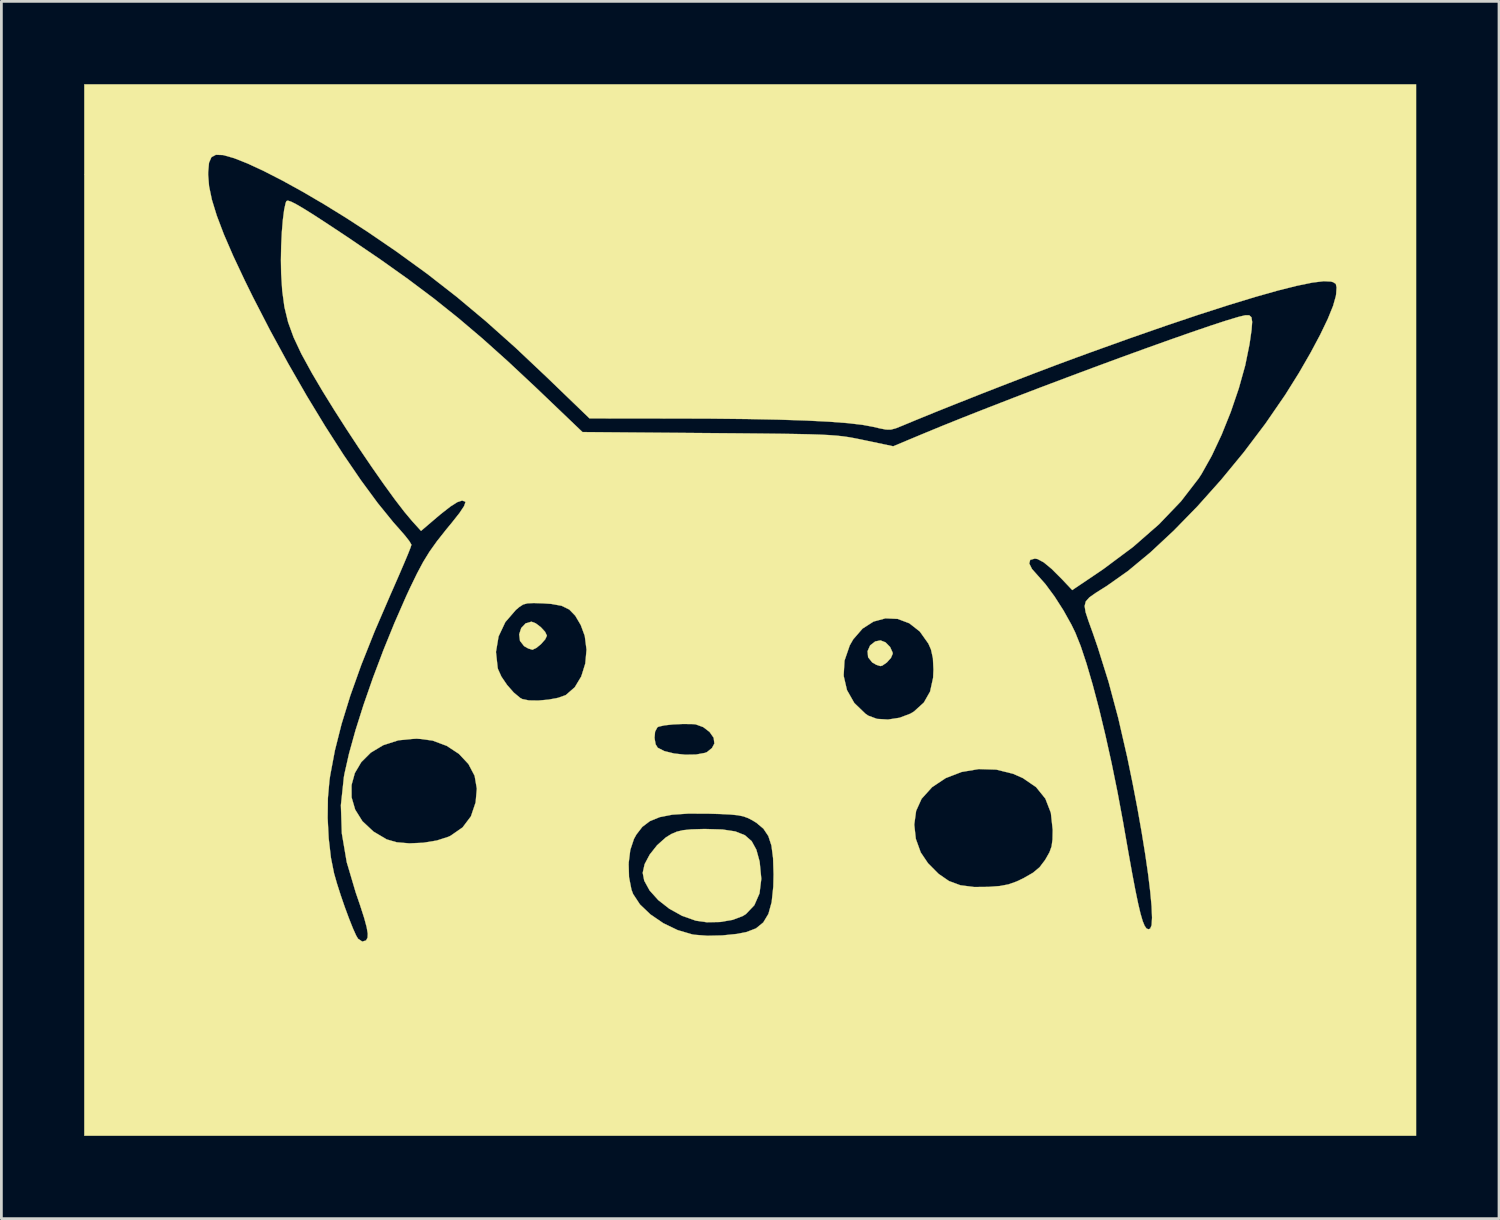
<source format=kicad_pcb>
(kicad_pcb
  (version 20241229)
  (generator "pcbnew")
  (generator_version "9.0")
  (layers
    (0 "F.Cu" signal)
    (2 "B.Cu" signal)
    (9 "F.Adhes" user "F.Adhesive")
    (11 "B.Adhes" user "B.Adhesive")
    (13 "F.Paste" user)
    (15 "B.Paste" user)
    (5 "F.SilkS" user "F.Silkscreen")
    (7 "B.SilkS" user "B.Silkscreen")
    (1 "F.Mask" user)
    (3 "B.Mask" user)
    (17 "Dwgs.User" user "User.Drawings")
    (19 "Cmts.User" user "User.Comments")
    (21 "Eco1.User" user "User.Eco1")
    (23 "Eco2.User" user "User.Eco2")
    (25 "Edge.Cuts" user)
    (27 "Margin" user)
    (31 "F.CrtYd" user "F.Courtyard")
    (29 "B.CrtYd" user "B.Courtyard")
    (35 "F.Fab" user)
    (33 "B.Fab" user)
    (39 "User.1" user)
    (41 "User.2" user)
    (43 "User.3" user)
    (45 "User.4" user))
  (footprint "pika"
    (layer "F.Cu")
    (at 24.135 19.055)
    (property "Reference" "pika" (at 0 0 0) (layer "F.SilkS") (effects (font (size 1.524 1.524) (thickness 0.3))))
    (attr through_hole)
    (fp_poly (pts (xy 4.902 1.171) (xy 5.069 1.339) (xy 5.16 1.539) (xy 5.165 1.585) (xy 5.101 1.734) (xy 4.954 1.899) (xy 4.789 2.014) (xy 4.718 2.032) (xy 4.571 1.986) (xy 4.422 1.9) (xy 4.273 1.713) (xy 4.253 1.492) (xy 4.345 1.284) (xy 4.531 1.139) (xy 4.722 1.101) (xy 4.902 1.171)) (stroke (width 0.01) (type solid)) (fill yes) (layer "F.SilkS"))
    (fp_poly (pts (xy -7.772 0.482) (xy -7.588 0.621) (xy -7.433 0.789) (xy -7.366 0.93) (xy -7.366 0.931) (xy -7.428 1.063) (xy -7.574 1.229) (xy -7.747 1.373) (xy -7.888 1.439) (xy -7.894 1.439) (xy -8.043 1.394) (xy -8.194 1.308) (xy -8.342 1.118) (xy -8.371 0.882) (xy -8.297 0.653) (xy -8.136 0.483) (xy -7.927 0.423) (xy -7.772 0.482)) (stroke (width 0.01) (type solid)) (fill yes) (layer "F.SilkS"))
    (fp_poly (pts (xy -1.006 7.953) (xy -0.538 8.024) (xy -0.192 8.161) (xy 0.055 8.378) (xy 0.224 8.687) (xy 0.338 9.102) (xy 0.343 9.126) (xy 0.403 9.74) (xy 0.338 10.268) (xy 0.151 10.697) (xy -0.153 11.016) (xy -0.266 11.088) (xy -0.634 11.228) (xy -1.093 11.306) (xy -1.572 11.315) (xy -1.97 11.258) (xy -2.469 11.082) (xy -2.933 10.824) (xy -3.334 10.51) (xy -3.645 10.163) (xy -3.84 9.808) (xy -3.895 9.524) (xy -3.826 9.21) (xy -3.641 8.862) (xy -3.373 8.523) (xy -3.057 8.241) (xy -2.855 8.116) (xy -2.658 8.032) (xy -2.434 7.979) (xy -2.138 7.949) (xy -1.728 7.937) (xy -1.616 7.936) (xy -1.006 7.953)) (stroke (width 0.01) (type solid)) (fill yes) (layer "F.SilkS"))
    (fp_poly (pts (xy 24.13 19.05) (xy -24.13 19.05) (xy -24.13 -15.772) (xy -19.643 -15.772) (xy -19.609 -15.356) (xy -19.507 -14.866) (xy -19.33 -14.291) (xy -19.075 -13.619) (xy -18.737 -12.837) (xy -18.312 -11.934) (xy -18.022 -11.345) (xy -17.394 -10.127) (xy -16.74 -8.927) (xy -16.072 -7.765) (xy -15.401 -6.66) (xy -14.74 -5.63) (xy -14.1 -4.694) (xy -13.494 -3.871) (xy -12.932 -3.179) (xy -12.722 -2.943) (xy -12.511 -2.7) (xy -12.353 -2.498) (xy -12.279 -2.373) (xy -12.277 -2.361) (xy -12.31 -2.258) (xy -12.402 -2.025) (xy -12.545 -1.685) (xy -12.727 -1.261) (xy -12.938 -0.778) (xy -13.034 -0.561) (xy -13.611 0.777) (xy -14.095 1.993) (xy -14.492 3.106) (xy -14.808 4.131) (xy -15.049 5.086) (xy -15.219 5.989) (xy -15.246 6.17) (xy -15.303 6.813) (xy -15.312 7.537) (xy -15.274 8.279) (xy -15.193 8.978) (xy -15.081 9.538) (xy -14.976 9.907) (xy -14.842 10.327) (xy -14.692 10.762) (xy -14.539 11.176) (xy -14.398 11.531) (xy -14.281 11.792) (xy -14.21 11.913) (xy -14.056 12.015) (xy -13.92 11.974) (xy -13.865 11.871) (xy -13.859 11.725) (xy -13.898 11.493) (xy -13.989 11.156) (xy -14.137 10.696) (xy -14.294 10.239) (xy -14.608 9.178) (xy -4.405 9.178) (xy -4.391 9.68) (xy -4.303 10.132) (xy -4.243 10.292) (xy -3.994 10.67) (xy -3.615 11.031) (xy -3.147 11.35) (xy -2.628 11.6) (xy -2.099 11.755) (xy -2.013 11.769) (xy -1.551 11.804) (xy -1.012 11.792) (xy -0.483 11.738) (xy -0.138 11.671) (xy 0.21 11.537) (xy 0.473 11.323) (xy 0.66 11.012) (xy 0.778 10.586) (xy 0.837 10.026) (xy 0.847 9.583) (xy 0.829 8.99) (xy 0.77 8.535) (xy 0.657 8.19) (xy 0.48 7.925) (xy 0.303 7.776) (xy 5.945 7.776) (xy 6.002 8.292) (xy 6.18 8.785) (xy 6.445 9.178) (xy 6.826 9.561) (xy 7.203 9.821) (xy 7.619 9.975) (xy 8.116 10.038) (xy 8.636 10.033) (xy 9.044 10.002) (xy 9.357 9.943) (xy 9.648 9.84) (xy 9.903 9.719) (xy 10.246 9.522) (xy 10.486 9.322) (xy 10.681 9.065) (xy 10.707 9.023) (xy 10.844 8.782) (xy 10.921 8.568) (xy 10.955 8.318) (xy 10.962 7.965) (xy 10.895 7.348) (xy 10.696 6.835) (xy 10.36 6.419) (xy 9.882 6.091) (xy 9.529 5.935) (xy 8.915 5.783) (xy 8.281 5.764) (xy 7.661 5.869) (xy 7.087 6.09) (xy 6.593 6.418) (xy 6.211 6.841) (xy 6.013 7.278) (xy 5.945 7.776) (xy 0.303 7.776) (xy 0.227 7.712) (xy 0.079 7.621) (xy -0.084 7.538) (xy -0.247 7.478) (xy -0.445 7.438) (xy -0.712 7.411) (xy -1.083 7.393) (xy -1.525 7.38) (xy -2.247 7.378) (xy -2.826 7.417) (xy -3.281 7.506) (xy -3.635 7.651) (xy -3.91 7.859) (xy -4.125 8.138) (xy -4.212 8.295) (xy -4.345 8.694) (xy -4.405 9.178) (xy -14.608 9.178) (xy -14.62 9.139) (xy -14.798 8.092) (xy -14.832 7.073) (xy -14.754 6.341) (xy -14.446 6.341) (xy -14.444 6.789) (xy -14.315 7.232) (xy -14.053 7.652) (xy -13.652 8.028) (xy -13.171 8.313) (xy -12.811 8.417) (xy -12.351 8.456) (xy -11.848 8.434) (xy -11.356 8.353) (xy -10.932 8.216) (xy -10.857 8.18) (xy -10.422 7.878) (xy -10.12 7.477) (xy -9.95 6.973) (xy -9.906 6.474) (xy -9.986 6.008) (xy -10.21 5.582) (xy -10.554 5.214) (xy -10.994 4.924) (xy -11.507 4.732) (xy -12.069 4.658) (xy -12.107 4.658) (xy -12.749 4.722) (xy -13.297 4.898) (xy -13.747 5.168) (xy -14.092 5.511) (xy -14.327 5.909) (xy -14.446 6.341) (xy -14.754 6.341) (xy -14.724 6.055) (xy -14.701 5.927) (xy -14.537 5.203) (xy -14.381 4.642) (xy -3.467 4.642) (xy -3.426 4.868) (xy -3.35 4.991) (xy -3.107 5.114) (xy -2.756 5.2) (xy -2.356 5.243) (xy -1.965 5.237) (xy -1.642 5.178) (xy -1.568 5.15) (xy -1.386 5.003) (xy -1.298 4.839) (xy -1.324 4.629) (xy -1.473 4.418) (xy -1.703 4.243) (xy -1.975 4.144) (xy -2.055 4.135) (xy -2.43 4.13) (xy -2.796 4.146) (xy -3.107 4.18) (xy -3.316 4.227) (xy -3.365 4.253) (xy -3.447 4.41) (xy -3.467 4.642) (xy -14.381 4.642) (xy -14.304 4.363) (xy -14.011 3.437) (xy -13.67 2.457) (xy -13.316 1.52) (xy -9.213 1.52) (xy -9.15 2.097) (xy -9.138 2.144) (xy -9.015 2.415) (xy -8.81 2.716) (xy -8.567 2.992) (xy -8.331 3.188) (xy -8.258 3.227) (xy -8.019 3.276) (xy -7.68 3.281) (xy -7.305 3.247) (xy -6.956 3.181) (xy -6.694 3.087) (xy -6.677 3.078) (xy -6.357 2.799) (xy -6.121 2.406) (xy -6.113 2.382) (xy 3.386 2.382) (xy 3.507 2.902) (xy 3.772 3.369) (xy 4.176 3.758) (xy 4.276 3.827) (xy 4.594 3.945) (xy 4.992 3.969) (xy 5.415 3.904) (xy 5.805 3.756) (xy 5.936 3.677) (xy 6.293 3.353) (xy 6.519 2.955) (xy 6.628 2.458) (xy 6.641 2.159) (xy 6.621 1.748) (xy 6.552 1.434) (xy 6.457 1.217) (xy 6.146 0.779) (xy 5.766 0.481) (xy 5.342 0.322) (xy 4.902 0.302) (xy 4.469 0.419) (xy 4.071 0.674) (xy 3.732 1.065) (xy 3.607 1.284) (xy 3.418 1.834) (xy 3.386 2.382) (xy -6.113 2.382) (xy -5.976 1.94) (xy -5.931 1.437) (xy -5.995 0.938) (xy -6.139 0.546) (xy -6.339 0.207) (xy -6.557 -0.018) (xy -6.833 -0.153) (xy -7.209 -0.221) (xy -7.502 -0.241) (xy -7.846 -0.252) (xy -8.071 -0.242) (xy -8.228 -0.199) (xy -8.366 -0.11) (xy -8.491 -0.004) (xy -8.874 0.439) (xy -9.118 0.957) (xy -9.213 1.52) (xy -13.316 1.52) (xy -13.291 1.453) (xy -12.886 0.458) (xy -12.467 -0.498) (xy -12.323 -0.808) (xy -12.072 -1.325) (xy -11.848 -1.745) (xy -11.619 -2.117) (xy -11.354 -2.489) (xy -11.021 -2.91) (xy -10.806 -3.171) (xy -10.533 -3.517) (xy -10.369 -3.764) (xy -10.319 -3.905) (xy -10.328 -3.927) (xy -10.438 -3.966) (xy -10.611 -3.91) (xy -10.862 -3.751) (xy -11.208 -3.48) (xy -11.364 -3.349) (xy -11.928 -2.867) (xy -12.251 -3.223) (xy -12.531 -3.557) (xy -12.881 -4.013) (xy -13.283 -4.567) (xy -13.72 -5.192) (xy -14.177 -5.866) (xy -14.636 -6.564) (xy -15.081 -7.26) (xy -15.496 -7.931) (xy -15.863 -8.552) (xy -15.893 -8.604) (xy -16.266 -9.286) (xy -16.545 -9.88) (xy -16.745 -10.43) (xy -16.878 -10.979) (xy -16.958 -11.57) (xy -16.997 -12.192) (xy -17.005 -12.683) (xy -16.996 -13.194) (xy -16.972 -13.691) (xy -16.935 -14.138) (xy -16.888 -14.503) (xy -16.834 -14.75) (xy -16.805 -14.819) (xy -16.753 -14.835) (xy -16.637 -14.798) (xy -16.447 -14.702) (xy -16.169 -14.539) (xy -15.791 -14.302) (xy -15.303 -13.984) (xy -14.691 -13.579) (xy -14.49 -13.444) (xy -13.381 -12.689) (xy -12.383 -11.979) (xy -11.459 -11.285) (xy -10.576 -10.579) (xy -9.696 -9.832) (xy -8.786 -9.016) (xy -7.809 -8.103) (xy -7.632 -7.934) (xy -6.077 -6.448) (xy -1.494 -6.411) (xy -0.495 -6.403) (xy 0.35 -6.395) (xy 1.059 -6.387) (xy 1.647 -6.378) (xy 2.131 -6.368) (xy 2.529 -6.355) (xy 2.854 -6.339) (xy 3.126 -6.319) (xy 3.358 -6.294) (xy 3.569 -6.264) (xy 3.774 -6.227) (xy 3.99 -6.184) (xy 4.136 -6.153) (xy 5.182 -5.933) (xy 6.211 -6.363) (xy 6.927 -6.659) (xy 7.734 -6.983) (xy 8.613 -7.329) (xy 9.546 -7.691) (xy 10.512 -8.061) (xy 11.495 -8.432) (xy 12.474 -8.798) (xy 13.431 -9.151) (xy 14.348 -9.484) (xy 15.204 -9.79) (xy 15.982 -10.063) (xy 16.663 -10.296) (xy 17.228 -10.481) (xy 17.658 -10.611) (xy 17.722 -10.629) (xy 17.938 -10.68) (xy 18.083 -10.681) (xy 18.164 -10.609) (xy 18.19 -10.441) (xy 18.169 -10.155) (xy 18.108 -9.729) (xy 18.092 -9.622) (xy 17.938 -8.863) (xy 17.707 -8.035) (xy 17.417 -7.183) (xy 17.083 -6.352) (xy 16.724 -5.587) (xy 16.357 -4.932) (xy 16.25 -4.768) (xy 15.609 -3.937) (xy 14.813 -3.106) (xy 13.876 -2.287) (xy 12.812 -1.494) (xy 12.63 -1.369) (xy 11.67 -0.722) (xy 11.301 -1.113) (xy 10.928 -1.486) (xy 10.637 -1.727) (xy 10.414 -1.846) (xy 10.315 -1.863) (xy 10.146 -1.816) (xy 10.112 -1.686) (xy 10.212 -1.486) (xy 10.406 -1.268) (xy 10.701 -0.935) (xy 11.027 -0.493) (xy 11.35 0.011) (xy 11.639 0.528) (xy 11.78 0.818) (xy 11.976 1.306) (xy 12.187 1.942) (xy 12.41 2.704) (xy 12.64 3.572) (xy 12.869 4.525) (xy 13.095 5.542) (xy 13.311 6.604) (xy 13.513 7.688) (xy 13.545 7.874) (xy 13.705 8.785) (xy 13.841 9.542) (xy 13.958 10.157) (xy 14.059 10.642) (xy 14.146 11.01) (xy 14.224 11.275) (xy 14.295 11.448) (xy 14.362 11.541) (xy 14.43 11.569) (xy 14.494 11.547) (xy 14.546 11.424) (xy 14.562 11.15) (xy 14.546 10.741) (xy 14.497 10.211) (xy 14.42 9.575) (xy 14.315 8.848) (xy 14.185 8.046) (xy 14.032 7.182) (xy 13.857 6.271) (xy 13.664 5.334) (xy 13.337 3.912) (xy 12.987 2.605) (xy 12.597 1.359) (xy 12.416 0.833) (xy 12.257 0.392) (xy 12.154 0.078) (xy 12.119 -0.145) (xy 12.161 -0.311) (xy 12.291 -0.457) (xy 12.519 -0.618) (xy 12.856 -0.83) (xy 12.918 -0.869) (xy 13.686 -1.411) (xy 14.503 -2.088) (xy 15.35 -2.878) (xy 16.21 -3.76) (xy 17.062 -4.714) (xy 17.889 -5.719) (xy 18.67 -6.753) (xy 19.388 -7.796) (xy 19.887 -8.594) (xy 20.307 -9.322) (xy 20.657 -9.979) (xy 20.932 -10.551) (xy 21.122 -11.02) (xy 21.222 -11.373) (xy 21.233 -11.447) (xy 21.249 -11.69) (xy 21.221 -11.817) (xy 21.128 -11.878) (xy 21.046 -11.902) (xy 20.784 -11.915) (xy 20.372 -11.865) (xy 19.816 -11.751) (xy 19.121 -11.577) (xy 18.294 -11.343) (xy 17.339 -11.052) (xy 16.263 -10.706) (xy 15.071 -10.305) (xy 13.77 -9.852) (xy 12.365 -9.348) (xy 11.811 -9.146) (xy 11.071 -8.872) (xy 10.238 -8.556) (xy 9.348 -8.213) (xy 8.439 -7.859) (xy 7.549 -7.507) (xy 6.715 -7.174) (xy 5.976 -6.872) (xy 5.517 -6.681) (xy 5.278 -6.585) (xy 5.101 -6.538) (xy 4.922 -6.539) (xy 4.681 -6.585) (xy 4.458 -6.638) (xy 4.072 -6.71) (xy 3.54 -6.772) (xy 2.858 -6.824) (xy 2.024 -6.866) (xy 1.033 -6.898) (xy -0.117 -6.921) (xy -1.43 -6.935) (xy -2.594 -6.939) (xy -5.822 -6.943) (xy -7.366 -8.431) (xy -8.503 -9.504) (xy -9.581 -10.466) (xy -10.636 -11.349) (xy -11.703 -12.181) (xy -12.821 -12.992) (xy -13.843 -13.691) (xy -14.647 -14.213) (xy -15.446 -14.706) (xy -16.22 -15.159) (xy -16.951 -15.562) (xy -17.622 -15.906) (xy -18.212 -16.18) (xy -18.705 -16.375) (xy -19.081 -16.482) (xy -19.113 -16.487) (xy -19.362 -16.496) (xy -19.523 -16.41) (xy -19.611 -16.208) (xy -19.642 -15.867) (xy -19.643 -15.772) (xy -24.13 -15.772) (xy -24.13 -19.05) (xy 24.13 -19.05) (xy 24.13 19.05)) (stroke (width 0.01) (type solid)) (fill yes) (layer "F.SilkS")))
  (gr_rect
    (start -3 -3)
    (end 51.27 41.11)
    (stroke (width 0.1) (type default))
    (fill no)
    (layer "Edge.Cuts")))
</source>
